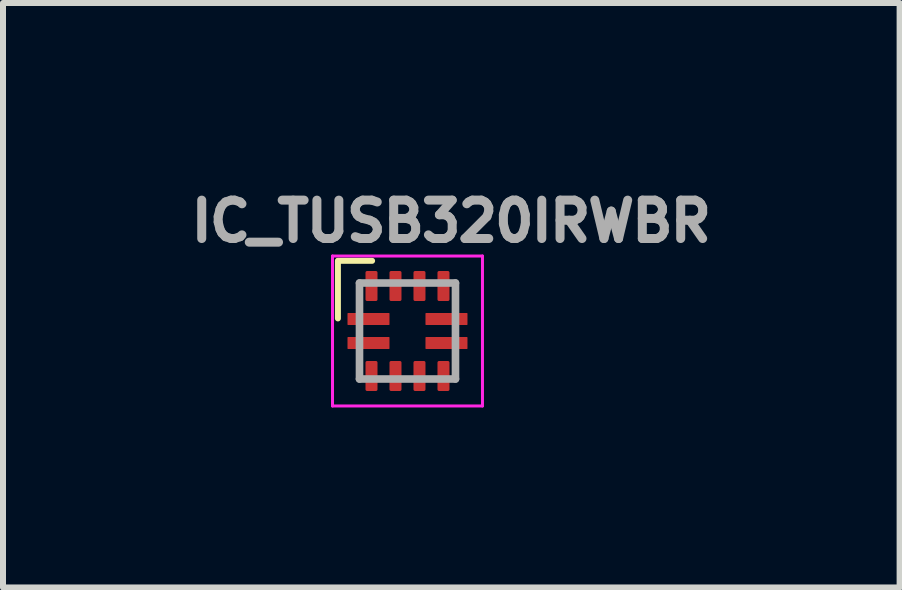
<source format=kicad_pcb>
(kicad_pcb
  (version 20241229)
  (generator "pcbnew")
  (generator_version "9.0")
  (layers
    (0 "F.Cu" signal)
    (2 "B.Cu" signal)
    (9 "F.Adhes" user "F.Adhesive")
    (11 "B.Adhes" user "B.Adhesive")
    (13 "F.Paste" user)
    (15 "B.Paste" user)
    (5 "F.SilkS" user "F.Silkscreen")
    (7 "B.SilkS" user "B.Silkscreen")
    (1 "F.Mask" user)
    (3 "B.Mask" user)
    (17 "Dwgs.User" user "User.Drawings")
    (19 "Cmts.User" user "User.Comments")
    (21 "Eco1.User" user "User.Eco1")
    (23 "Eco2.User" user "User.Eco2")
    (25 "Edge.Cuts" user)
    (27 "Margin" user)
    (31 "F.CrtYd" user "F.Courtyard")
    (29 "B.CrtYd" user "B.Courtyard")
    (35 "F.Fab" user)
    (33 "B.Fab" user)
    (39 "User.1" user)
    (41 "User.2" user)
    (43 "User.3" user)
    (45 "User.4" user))
  (footprint "IC_TUSB320IRWBR"
    (layer "F.Cu")
    (at 3.743 2.468)
    (property "Reference" "IC_TUSB320IRWBR" (at 0.73 -1.83 0) (layer "F.Fab") (effects (font (size 0.64 0.64) (thickness 0.15))))
    (attr smd)
    (fp_poly (pts (xy -0.745 -0.505) (xy -0.745 -0.995) (xy -0.745 -0.998) (xy -0.745 -1) (xy -0.744 -1.003) (xy -0.744 -1.005) (xy -0.743 -1.008) (xy -0.743 -1.01) (xy -0.742 -1.013) (xy -0.741 -1.015) (xy -0.74 -1.018) (xy -0.738 -1.02) (xy -0.737 -1.022) (xy -0.735 -1.024) (xy -0.734 -1.026) (xy -0.732 -1.028) (xy -0.73 -1.03) (xy -0.728 -1.032) (xy -0.726 -1.034) (xy -0.724 -1.035) (xy -0.722 -1.037) (xy -0.72 -1.038) (xy -0.718 -1.04) (xy -0.715 -1.041) (xy -0.713 -1.042) (xy -0.71 -1.043) (xy -0.708 -1.043) (xy -0.705 -1.044) (xy -0.703 -1.044) (xy -0.7 -1.045) (xy -0.698 -1.045) (xy -0.695 -1.045) (xy -0.505 -1.045) (xy -0.502 -1.045) (xy -0.5 -1.045) (xy -0.497 -1.044) (xy -0.495 -1.044) (xy -0.492 -1.043) (xy -0.49 -1.043) (xy -0.487 -1.042) (xy -0.485 -1.041) (xy -0.482 -1.04) (xy -0.48 -1.038) (xy -0.478 -1.037) (xy -0.476 -1.035) (xy -0.474 -1.034) (xy -0.472 -1.032) (xy -0.47 -1.03) (xy -0.468 -1.028) (xy -0.466 -1.026) (xy -0.465 -1.024) (xy -0.463 -1.022) (xy -0.462 -1.02) (xy -0.46 -1.018) (xy -0.459 -1.015) (xy -0.458 -1.013) (xy -0.457 -1.01) (xy -0.457 -1.008) (xy -0.456 -1.005) (xy -0.456 -1.003) (xy -0.455 -1) (xy -0.455 -0.998) (xy -0.455 -0.995) (xy -0.455 -0.505) (xy -0.455 -0.502) (xy -0.455 -0.5) (xy -0.456 -0.497) (xy -0.456 -0.495) (xy -0.457 -0.492) (xy -0.457 -0.49) (xy -0.458 -0.487) (xy -0.459 -0.485) (xy -0.46 -0.482) (xy -0.462 -0.48) (xy -0.463 -0.478) (xy -0.465 -0.476) (xy -0.466 -0.474) (xy -0.468 -0.472) (xy -0.47 -0.47) (xy -0.472 -0.468) (xy -0.474 -0.466) (xy -0.476 -0.465) (xy -0.478 -0.463) (xy -0.48 -0.462) (xy -0.482 -0.46) (xy -0.485 -0.459) (xy -0.487 -0.458) (xy -0.49 -0.457) (xy -0.492 -0.457) (xy -0.495 -0.456) (xy -0.497 -0.456) (xy -0.5 -0.455) (xy -0.502 -0.455) (xy -0.505 -0.455) (xy -0.695 -0.455) (xy -0.698 -0.455) (xy -0.7 -0.455) (xy -0.703 -0.456) (xy -0.705 -0.456) (xy -0.708 -0.457) (xy -0.71 -0.457) (xy -0.713 -0.458) (xy -0.715 -0.459) (xy -0.718 -0.46) (xy -0.72 -0.462) (xy -0.722 -0.463) (xy -0.724 -0.465) (xy -0.726 -0.466) (xy -0.728 -0.468) (xy -0.73 -0.47) (xy -0.732 -0.472) (xy -0.734 -0.474) (xy -0.735 -0.476) (xy -0.737 -0.478) (xy -0.738 -0.48) (xy -0.74 -0.482) (xy -0.741 -0.485) (xy -0.742 -0.487) (xy -0.743 -0.49) (xy -0.743 -0.492) (xy -0.744 -0.495) (xy -0.744 -0.497) (xy -0.745 -0.5) (xy -0.745 -0.502) (xy -0.745 -0.505)) (stroke (width 0.01) (type solid)) (fill yes) (layer "F.Mask"))
    (fp_poly (pts (xy -0.745 0.995) (xy -0.745 0.505) (xy -0.745 0.502) (xy -0.745 0.5) (xy -0.744 0.497) (xy -0.744 0.495) (xy -0.743 0.492) (xy -0.743 0.49) (xy -0.742 0.487) (xy -0.741 0.485) (xy -0.74 0.482) (xy -0.738 0.48) (xy -0.737 0.478) (xy -0.735 0.476) (xy -0.734 0.474) (xy -0.732 0.472) (xy -0.73 0.47) (xy -0.728 0.468) (xy -0.726 0.466) (xy -0.724 0.465) (xy -0.722 0.463) (xy -0.72 0.462) (xy -0.718 0.46) (xy -0.715 0.459) (xy -0.713 0.458) (xy -0.71 0.457) (xy -0.708 0.457) (xy -0.705 0.456) (xy -0.703 0.456) (xy -0.7 0.455) (xy -0.698 0.455) (xy -0.695 0.455) (xy -0.505 0.455) (xy -0.502 0.455) (xy -0.5 0.455) (xy -0.497 0.456) (xy -0.495 0.456) (xy -0.492 0.457) (xy -0.49 0.457) (xy -0.487 0.458) (xy -0.485 0.459) (xy -0.482 0.46) (xy -0.48 0.462) (xy -0.478 0.463) (xy -0.476 0.465) (xy -0.474 0.466) (xy -0.472 0.468) (xy -0.47 0.47) (xy -0.468 0.472) (xy -0.466 0.474) (xy -0.465 0.476) (xy -0.463 0.478) (xy -0.462 0.48) (xy -0.46 0.482) (xy -0.459 0.485) (xy -0.458 0.487) (xy -0.457 0.49) (xy -0.457 0.492) (xy -0.456 0.495) (xy -0.456 0.497) (xy -0.455 0.5) (xy -0.455 0.502) (xy -0.455 0.505) (xy -0.455 0.995) (xy -0.455 0.998) (xy -0.455 1) (xy -0.456 1.003) (xy -0.456 1.005) (xy -0.457 1.008) (xy -0.457 1.01) (xy -0.458 1.013) (xy -0.459 1.015) (xy -0.46 1.018) (xy -0.462 1.02) (xy -0.463 1.022) (xy -0.465 1.024) (xy -0.466 1.026) (xy -0.468 1.028) (xy -0.47 1.03) (xy -0.472 1.032) (xy -0.474 1.034) (xy -0.476 1.035) (xy -0.478 1.037) (xy -0.48 1.038) (xy -0.482 1.04) (xy -0.485 1.041) (xy -0.487 1.042) (xy -0.49 1.043) (xy -0.492 1.043) (xy -0.495 1.044) (xy -0.497 1.044) (xy -0.5 1.045) (xy -0.502 1.045) (xy -0.505 1.045) (xy -0.695 1.045) (xy -0.698 1.045) (xy -0.7 1.045) (xy -0.703 1.044) (xy -0.705 1.044) (xy -0.708 1.043) (xy -0.71 1.043) (xy -0.713 1.042) (xy -0.715 1.041) (xy -0.718 1.04) (xy -0.72 1.038) (xy -0.722 1.037) (xy -0.724 1.035) (xy -0.726 1.034) (xy -0.728 1.032) (xy -0.73 1.03) (xy -0.732 1.028) (xy -0.734 1.026) (xy -0.735 1.024) (xy -0.737 1.022) (xy -0.738 1.02) (xy -0.74 1.018) (xy -0.741 1.015) (xy -0.742 1.013) (xy -0.743 1.01) (xy -0.743 1.008) (xy -0.744 1.005) (xy -0.744 1.003) (xy -0.745 1) (xy -0.745 0.998) (xy -0.745 0.995)) (stroke (width 0.01) (type solid)) (fill yes) (layer "F.Mask"))
    (fp_poly (pts (xy -0.345 -0.505) (xy -0.345 -0.995) (xy -0.345 -0.998) (xy -0.345 -1) (xy -0.344 -1.003) (xy -0.344 -1.005) (xy -0.343 -1.008) (xy -0.343 -1.01) (xy -0.342 -1.013) (xy -0.341 -1.015) (xy -0.34 -1.018) (xy -0.338 -1.02) (xy -0.337 -1.022) (xy -0.335 -1.024) (xy -0.334 -1.026) (xy -0.332 -1.028) (xy -0.33 -1.03) (xy -0.328 -1.032) (xy -0.326 -1.034) (xy -0.324 -1.035) (xy -0.322 -1.037) (xy -0.32 -1.038) (xy -0.318 -1.04) (xy -0.315 -1.041) (xy -0.313 -1.042) (xy -0.31 -1.043) (xy -0.308 -1.043) (xy -0.305 -1.044) (xy -0.303 -1.044) (xy -0.3 -1.045) (xy -0.298 -1.045) (xy -0.295 -1.045) (xy -0.105 -1.045) (xy -0.102 -1.045) (xy -0.1 -1.045) (xy -0.097 -1.044) (xy -0.095 -1.044) (xy -0.092 -1.043) (xy -0.09 -1.043) (xy -0.087 -1.042) (xy -0.085 -1.041) (xy -0.082 -1.04) (xy -0.08 -1.038) (xy -0.078 -1.037) (xy -0.076 -1.035) (xy -0.074 -1.034) (xy -0.072 -1.032) (xy -0.07 -1.03) (xy -0.068 -1.028) (xy -0.066 -1.026) (xy -0.065 -1.024) (xy -0.063 -1.022) (xy -0.062 -1.02) (xy -0.06 -1.018) (xy -0.059 -1.015) (xy -0.058 -1.013) (xy -0.057 -1.01) (xy -0.057 -1.008) (xy -0.056 -1.005) (xy -0.056 -1.003) (xy -0.055 -1) (xy -0.055 -0.998) (xy -0.055 -0.995) (xy -0.055 -0.505) (xy -0.055 -0.502) (xy -0.055 -0.5) (xy -0.056 -0.497) (xy -0.056 -0.495) (xy -0.057 -0.492) (xy -0.057 -0.49) (xy -0.058 -0.487) (xy -0.059 -0.485) (xy -0.06 -0.482) (xy -0.062 -0.48) (xy -0.063 -0.478) (xy -0.065 -0.476) (xy -0.066 -0.474) (xy -0.068 -0.472) (xy -0.07 -0.47) (xy -0.072 -0.468) (xy -0.074 -0.466) (xy -0.076 -0.465) (xy -0.078 -0.463) (xy -0.08 -0.462) (xy -0.082 -0.46) (xy -0.085 -0.459) (xy -0.087 -0.458) (xy -0.09 -0.457) (xy -0.092 -0.457) (xy -0.095 -0.456) (xy -0.097 -0.456) (xy -0.1 -0.455) (xy -0.102 -0.455) (xy -0.105 -0.455) (xy -0.295 -0.455) (xy -0.298 -0.455) (xy -0.3 -0.455) (xy -0.303 -0.456) (xy -0.305 -0.456) (xy -0.308 -0.457) (xy -0.31 -0.457) (xy -0.313 -0.458) (xy -0.315 -0.459) (xy -0.318 -0.46) (xy -0.32 -0.462) (xy -0.322 -0.463) (xy -0.324 -0.465) (xy -0.326 -0.466) (xy -0.328 -0.468) (xy -0.33 -0.47) (xy -0.332 -0.472) (xy -0.334 -0.474) (xy -0.335 -0.476) (xy -0.337 -0.478) (xy -0.338 -0.48) (xy -0.34 -0.482) (xy -0.341 -0.485) (xy -0.342 -0.487) (xy -0.343 -0.49) (xy -0.343 -0.492) (xy -0.344 -0.495) (xy -0.344 -0.497) (xy -0.345 -0.5) (xy -0.345 -0.502) (xy -0.345 -0.505)) (stroke (width 0.01) (type solid)) (fill yes) (layer "F.Mask"))
    (fp_poly (pts (xy -0.345 0.995) (xy -0.345 0.505) (xy -0.345 0.502) (xy -0.345 0.5) (xy -0.344 0.497) (xy -0.344 0.495) (xy -0.343 0.492) (xy -0.343 0.49) (xy -0.342 0.487) (xy -0.341 0.485) (xy -0.34 0.482) (xy -0.338 0.48) (xy -0.337 0.478) (xy -0.335 0.476) (xy -0.334 0.474) (xy -0.332 0.472) (xy -0.33 0.47) (xy -0.328 0.468) (xy -0.326 0.466) (xy -0.324 0.465) (xy -0.322 0.463) (xy -0.32 0.462) (xy -0.318 0.46) (xy -0.315 0.459) (xy -0.313 0.458) (xy -0.31 0.457) (xy -0.308 0.457) (xy -0.305 0.456) (xy -0.303 0.456) (xy -0.3 0.455) (xy -0.298 0.455) (xy -0.295 0.455) (xy -0.105 0.455) (xy -0.102 0.455) (xy -0.1 0.455) (xy -0.097 0.456) (xy -0.095 0.456) (xy -0.092 0.457) (xy -0.09 0.457) (xy -0.087 0.458) (xy -0.085 0.459) (xy -0.082 0.46) (xy -0.08 0.462) (xy -0.078 0.463) (xy -0.076 0.465) (xy -0.074 0.466) (xy -0.072 0.468) (xy -0.07 0.47) (xy -0.068 0.472) (xy -0.066 0.474) (xy -0.065 0.476) (xy -0.063 0.478) (xy -0.062 0.48) (xy -0.06 0.482) (xy -0.059 0.485) (xy -0.058 0.487) (xy -0.057 0.49) (xy -0.057 0.492) (xy -0.056 0.495) (xy -0.056 0.497) (xy -0.055 0.5) (xy -0.055 0.502) (xy -0.055 0.505) (xy -0.055 0.995) (xy -0.055 0.998) (xy -0.055 1) (xy -0.056 1.003) (xy -0.056 1.005) (xy -0.057 1.008) (xy -0.057 1.01) (xy -0.058 1.013) (xy -0.059 1.015) (xy -0.06 1.018) (xy -0.062 1.02) (xy -0.063 1.022) (xy -0.065 1.024) (xy -0.066 1.026) (xy -0.068 1.028) (xy -0.07 1.03) (xy -0.072 1.032) (xy -0.074 1.034) (xy -0.076 1.035) (xy -0.078 1.037) (xy -0.08 1.038) (xy -0.082 1.04) (xy -0.085 1.041) (xy -0.087 1.042) (xy -0.09 1.043) (xy -0.092 1.043) (xy -0.095 1.044) (xy -0.097 1.044) (xy -0.1 1.045) (xy -0.102 1.045) (xy -0.105 1.045) (xy -0.295 1.045) (xy -0.298 1.045) (xy -0.3 1.045) (xy -0.303 1.044) (xy -0.305 1.044) (xy -0.308 1.043) (xy -0.31 1.043) (xy -0.313 1.042) (xy -0.315 1.041) (xy -0.318 1.04) (xy -0.32 1.038) (xy -0.322 1.037) (xy -0.324 1.035) (xy -0.326 1.034) (xy -0.328 1.032) (xy -0.33 1.03) (xy -0.332 1.028) (xy -0.334 1.026) (xy -0.335 1.024) (xy -0.337 1.022) (xy -0.338 1.02) (xy -0.34 1.018) (xy -0.341 1.015) (xy -0.342 1.013) (xy -0.343 1.01) (xy -0.343 1.008) (xy -0.344 1.005) (xy -0.344 1.003) (xy -0.345 1) (xy -0.345 0.998) (xy -0.345 0.995)) (stroke (width 0.01) (type solid)) (fill yes) (layer "F.Mask"))
    (fp_poly (pts (xy -0.305 -0.345) (xy -0.995 -0.345) (xy -0.998 -0.345) (xy -1 -0.345) (xy -1.003 -0.344) (xy -1.005 -0.344) (xy -1.008 -0.343) (xy -1.01 -0.343) (xy -1.013 -0.342) (xy -1.015 -0.341) (xy -1.018 -0.34) (xy -1.02 -0.338) (xy -1.022 -0.337) (xy -1.024 -0.335) (xy -1.026 -0.334) (xy -1.028 -0.332) (xy -1.03 -0.33) (xy -1.032 -0.328) (xy -1.034 -0.326) (xy -1.035 -0.324) (xy -1.037 -0.322) (xy -1.038 -0.32) (xy -1.04 -0.318) (xy -1.041 -0.315) (xy -1.042 -0.313) (xy -1.043 -0.31) (xy -1.043 -0.308) (xy -1.044 -0.305) (xy -1.044 -0.303) (xy -1.045 -0.3) (xy -1.045 -0.298) (xy -1.045 -0.295) (xy -1.045 -0.105) (xy -1.045 -0.102) (xy -1.045 -0.1) (xy -1.044 -0.097) (xy -1.044 -0.095) (xy -1.043 -0.092) (xy -1.043 -0.09) (xy -1.042 -0.087) (xy -1.041 -0.085) (xy -1.04 -0.082) (xy -1.038 -0.08) (xy -1.037 -0.078) (xy -1.035 -0.076) (xy -1.034 -0.074) (xy -1.032 -0.072) (xy -1.03 -0.07) (xy -1.028 -0.068) (xy -1.026 -0.066) (xy -1.024 -0.065) (xy -1.022 -0.063) (xy -1.02 -0.062) (xy -1.018 -0.06) (xy -1.015 -0.059) (xy -1.013 -0.058) (xy -1.01 -0.057) (xy -1.008 -0.057) (xy -1.005 -0.056) (xy -1.003 -0.056) (xy -1 -0.055) (xy -0.998 -0.055) (xy -0.995 -0.055) (xy -0.305 -0.055) (xy -0.302 -0.055) (xy -0.3 -0.055) (xy -0.297 -0.056) (xy -0.295 -0.056) (xy -0.292 -0.057) (xy -0.29 -0.057) (xy -0.287 -0.058) (xy -0.285 -0.059) (xy -0.282 -0.06) (xy -0.28 -0.062) (xy -0.278 -0.063) (xy -0.276 -0.065) (xy -0.274 -0.066) (xy -0.272 -0.068) (xy -0.27 -0.07) (xy -0.268 -0.072) (xy -0.266 -0.074) (xy -0.265 -0.076) (xy -0.263 -0.078) (xy -0.262 -0.08) (xy -0.26 -0.082) (xy -0.259 -0.085) (xy -0.258 -0.087) (xy -0.257 -0.09) (xy -0.257 -0.092) (xy -0.256 -0.095) (xy -0.256 -0.097) (xy -0.255 -0.1) (xy -0.255 -0.102) (xy -0.255 -0.105) (xy -0.255 -0.295) (xy -0.255 -0.298) (xy -0.255 -0.3) (xy -0.256 -0.303) (xy -0.256 -0.305) (xy -0.257 -0.308) (xy -0.257 -0.31) (xy -0.258 -0.313) (xy -0.259 -0.315) (xy -0.26 -0.318) (xy -0.262 -0.32) (xy -0.263 -0.322) (xy -0.265 -0.324) (xy -0.266 -0.326) (xy -0.268 -0.328) (xy -0.27 -0.33) (xy -0.272 -0.332) (xy -0.274 -0.334) (xy -0.276 -0.335) (xy -0.278 -0.337) (xy -0.28 -0.338) (xy -0.282 -0.34) (xy -0.285 -0.341) (xy -0.287 -0.342) (xy -0.29 -0.343) (xy -0.292 -0.343) (xy -0.295 -0.344) (xy -0.297 -0.344) (xy -0.3 -0.345) (xy -0.302 -0.345) (xy -0.305 -0.345)) (stroke (width 0.01) (type solid)) (fill yes) (layer "F.Mask"))
    (fp_poly (pts (xy -0.305 0.055) (xy -0.995 0.055) (xy -0.998 0.055) (xy -1 0.055) (xy -1.003 0.056) (xy -1.005 0.056) (xy -1.008 0.057) (xy -1.01 0.057) (xy -1.013 0.058) (xy -1.015 0.059) (xy -1.018 0.06) (xy -1.02 0.062) (xy -1.022 0.063) (xy -1.024 0.065) (xy -1.026 0.066) (xy -1.028 0.068) (xy -1.03 0.07) (xy -1.032 0.072) (xy -1.034 0.074) (xy -1.035 0.076) (xy -1.037 0.078) (xy -1.038 0.08) (xy -1.04 0.082) (xy -1.041 0.085) (xy -1.042 0.087) (xy -1.043 0.09) (xy -1.043 0.092) (xy -1.044 0.095) (xy -1.044 0.097) (xy -1.045 0.1) (xy -1.045 0.102) (xy -1.045 0.105) (xy -1.045 0.295) (xy -1.045 0.298) (xy -1.045 0.3) (xy -1.044 0.303) (xy -1.044 0.305) (xy -1.043 0.308) (xy -1.043 0.31) (xy -1.042 0.313) (xy -1.041 0.315) (xy -1.04 0.318) (xy -1.038 0.32) (xy -1.037 0.322) (xy -1.035 0.324) (xy -1.034 0.326) (xy -1.032 0.328) (xy -1.03 0.33) (xy -1.028 0.332) (xy -1.026 0.334) (xy -1.024 0.335) (xy -1.022 0.337) (xy -1.02 0.338) (xy -1.018 0.34) (xy -1.015 0.341) (xy -1.013 0.342) (xy -1.01 0.343) (xy -1.008 0.343) (xy -1.005 0.344) (xy -1.003 0.344) (xy -1 0.345) (xy -0.998 0.345) (xy -0.995 0.345) (xy -0.305 0.345) (xy -0.302 0.345) (xy -0.3 0.345) (xy -0.297 0.344) (xy -0.295 0.344) (xy -0.292 0.343) (xy -0.29 0.343) (xy -0.287 0.342) (xy -0.285 0.341) (xy -0.282 0.34) (xy -0.28 0.338) (xy -0.278 0.337) (xy -0.276 0.335) (xy -0.274 0.334) (xy -0.272 0.332) (xy -0.27 0.33) (xy -0.268 0.328) (xy -0.266 0.326) (xy -0.265 0.324) (xy -0.263 0.322) (xy -0.262 0.32) (xy -0.26 0.318) (xy -0.259 0.315) (xy -0.258 0.313) (xy -0.257 0.31) (xy -0.257 0.308) (xy -0.256 0.305) (xy -0.256 0.303) (xy -0.255 0.3) (xy -0.255 0.298) (xy -0.255 0.295) (xy -0.255 0.105) (xy -0.255 0.102) (xy -0.255 0.1) (xy -0.256 0.097) (xy -0.256 0.095) (xy -0.257 0.092) (xy -0.257 0.09) (xy -0.258 0.087) (xy -0.259 0.085) (xy -0.26 0.082) (xy -0.262 0.08) (xy -0.263 0.078) (xy -0.265 0.076) (xy -0.266 0.074) (xy -0.268 0.072) (xy -0.27 0.07) (xy -0.272 0.068) (xy -0.274 0.066) (xy -0.276 0.065) (xy -0.278 0.063) (xy -0.28 0.062) (xy -0.282 0.06) (xy -0.285 0.059) (xy -0.287 0.058) (xy -0.29 0.057) (xy -0.292 0.057) (xy -0.295 0.056) (xy -0.297 0.056) (xy -0.3 0.055) (xy -0.302 0.055) (xy -0.305 0.055)) (stroke (width 0.01) (type solid)) (fill yes) (layer "F.Mask"))
    (fp_poly (pts (xy 0.055 -0.505) (xy 0.055 -0.995) (xy 0.055 -0.998) (xy 0.055 -1) (xy 0.056 -1.003) (xy 0.056 -1.005) (xy 0.057 -1.008) (xy 0.057 -1.01) (xy 0.058 -1.013) (xy 0.059 -1.015) (xy 0.06 -1.018) (xy 0.062 -1.02) (xy 0.063 -1.022) (xy 0.065 -1.024) (xy 0.066 -1.026) (xy 0.068 -1.028) (xy 0.07 -1.03) (xy 0.072 -1.032) (xy 0.074 -1.034) (xy 0.076 -1.035) (xy 0.078 -1.037) (xy 0.08 -1.038) (xy 0.082 -1.04) (xy 0.085 -1.041) (xy 0.087 -1.042) (xy 0.09 -1.043) (xy 0.092 -1.043) (xy 0.095 -1.044) (xy 0.097 -1.044) (xy 0.1 -1.045) (xy 0.102 -1.045) (xy 0.105 -1.045) (xy 0.295 -1.045) (xy 0.298 -1.045) (xy 0.3 -1.045) (xy 0.303 -1.044) (xy 0.305 -1.044) (xy 0.308 -1.043) (xy 0.31 -1.043) (xy 0.313 -1.042) (xy 0.315 -1.041) (xy 0.318 -1.04) (xy 0.32 -1.038) (xy 0.322 -1.037) (xy 0.324 -1.035) (xy 0.326 -1.034) (xy 0.328 -1.032) (xy 0.33 -1.03) (xy 0.332 -1.028) (xy 0.334 -1.026) (xy 0.335 -1.024) (xy 0.337 -1.022) (xy 0.338 -1.02) (xy 0.34 -1.018) (xy 0.341 -1.015) (xy 0.342 -1.013) (xy 0.343 -1.01) (xy 0.343 -1.008) (xy 0.344 -1.005) (xy 0.344 -1.003) (xy 0.345 -1) (xy 0.345 -0.998) (xy 0.345 -0.995) (xy 0.345 -0.505) (xy 0.345 -0.502) (xy 0.345 -0.5) (xy 0.344 -0.497) (xy 0.344 -0.495) (xy 0.343 -0.492) (xy 0.343 -0.49) (xy 0.342 -0.487) (xy 0.341 -0.485) (xy 0.34 -0.482) (xy 0.338 -0.48) (xy 0.337 -0.478) (xy 0.335 -0.476) (xy 0.334 -0.474) (xy 0.332 -0.472) (xy 0.33 -0.47) (xy 0.328 -0.468) (xy 0.326 -0.466) (xy 0.324 -0.465) (xy 0.322 -0.463) (xy 0.32 -0.462) (xy 0.318 -0.46) (xy 0.315 -0.459) (xy 0.313 -0.458) (xy 0.31 -0.457) (xy 0.308 -0.457) (xy 0.305 -0.456) (xy 0.303 -0.456) (xy 0.3 -0.455) (xy 0.298 -0.455) (xy 0.295 -0.455) (xy 0.105 -0.455) (xy 0.102 -0.455) (xy 0.1 -0.455) (xy 0.097 -0.456) (xy 0.095 -0.456) (xy 0.092 -0.457) (xy 0.09 -0.457) (xy 0.087 -0.458) (xy 0.085 -0.459) (xy 0.082 -0.46) (xy 0.08 -0.462) (xy 0.078 -0.463) (xy 0.076 -0.465) (xy 0.074 -0.466) (xy 0.072 -0.468) (xy 0.07 -0.47) (xy 0.068 -0.472) (xy 0.066 -0.474) (xy 0.065 -0.476) (xy 0.063 -0.478) (xy 0.062 -0.48) (xy 0.06 -0.482) (xy 0.059 -0.485) (xy 0.058 -0.487) (xy 0.057 -0.49) (xy 0.057 -0.492) (xy 0.056 -0.495) (xy 0.056 -0.497) (xy 0.055 -0.5) (xy 0.055 -0.502) (xy 0.055 -0.505)) (stroke (width 0.01) (type solid)) (fill yes) (layer "F.Mask"))
    (fp_poly (pts (xy 0.055 0.995) (xy 0.055 0.505) (xy 0.055 0.502) (xy 0.055 0.5) (xy 0.056 0.497) (xy 0.056 0.495) (xy 0.057 0.492) (xy 0.057 0.49) (xy 0.058 0.487) (xy 0.059 0.485) (xy 0.06 0.482) (xy 0.062 0.48) (xy 0.063 0.478) (xy 0.065 0.476) (xy 0.066 0.474) (xy 0.068 0.472) (xy 0.07 0.47) (xy 0.072 0.468) (xy 0.074 0.466) (xy 0.076 0.465) (xy 0.078 0.463) (xy 0.08 0.462) (xy 0.082 0.46) (xy 0.085 0.459) (xy 0.087 0.458) (xy 0.09 0.457) (xy 0.092 0.457) (xy 0.095 0.456) (xy 0.097 0.456) (xy 0.1 0.455) (xy 0.102 0.455) (xy 0.105 0.455) (xy 0.295 0.455) (xy 0.298 0.455) (xy 0.3 0.455) (xy 0.303 0.456) (xy 0.305 0.456) (xy 0.308 0.457) (xy 0.31 0.457) (xy 0.313 0.458) (xy 0.315 0.459) (xy 0.318 0.46) (xy 0.32 0.462) (xy 0.322 0.463) (xy 0.324 0.465) (xy 0.326 0.466) (xy 0.328 0.468) (xy 0.33 0.47) (xy 0.332 0.472) (xy 0.334 0.474) (xy 0.335 0.476) (xy 0.337 0.478) (xy 0.338 0.48) (xy 0.34 0.482) (xy 0.341 0.485) (xy 0.342 0.487) (xy 0.343 0.49) (xy 0.343 0.492) (xy 0.344 0.495) (xy 0.344 0.497) (xy 0.345 0.5) (xy 0.345 0.502) (xy 0.345 0.505) (xy 0.345 0.995) (xy 0.345 0.998) (xy 0.345 1) (xy 0.344 1.003) (xy 0.344 1.005) (xy 0.343 1.008) (xy 0.343 1.01) (xy 0.342 1.013) (xy 0.341 1.015) (xy 0.34 1.018) (xy 0.338 1.02) (xy 0.337 1.022) (xy 0.335 1.024) (xy 0.334 1.026) (xy 0.332 1.028) (xy 0.33 1.03) (xy 0.328 1.032) (xy 0.326 1.034) (xy 0.324 1.035) (xy 0.322 1.037) (xy 0.32 1.038) (xy 0.318 1.04) (xy 0.315 1.041) (xy 0.313 1.042) (xy 0.31 1.043) (xy 0.308 1.043) (xy 0.305 1.044) (xy 0.303 1.044) (xy 0.3 1.045) (xy 0.298 1.045) (xy 0.295 1.045) (xy 0.105 1.045) (xy 0.102 1.045) (xy 0.1 1.045) (xy 0.097 1.044) (xy 0.095 1.044) (xy 0.092 1.043) (xy 0.09 1.043) (xy 0.087 1.042) (xy 0.085 1.041) (xy 0.082 1.04) (xy 0.08 1.038) (xy 0.078 1.037) (xy 0.076 1.035) (xy 0.074 1.034) (xy 0.072 1.032) (xy 0.07 1.03) (xy 0.068 1.028) (xy 0.066 1.026) (xy 0.065 1.024) (xy 0.063 1.022) (xy 0.062 1.02) (xy 0.06 1.018) (xy 0.059 1.015) (xy 0.058 1.013) (xy 0.057 1.01) (xy 0.057 1.008) (xy 0.056 1.005) (xy 0.056 1.003) (xy 0.055 1) (xy 0.055 0.998) (xy 0.055 0.995)) (stroke (width 0.01) (type solid)) (fill yes) (layer "F.Mask"))
    (fp_poly (pts (xy 0.455 -0.505) (xy 0.455 -0.995) (xy 0.455 -0.998) (xy 0.455 -1) (xy 0.456 -1.003) (xy 0.456 -1.005) (xy 0.457 -1.008) (xy 0.457 -1.01) (xy 0.458 -1.013) (xy 0.459 -1.015) (xy 0.46 -1.018) (xy 0.462 -1.02) (xy 0.463 -1.022) (xy 0.465 -1.024) (xy 0.466 -1.026) (xy 0.468 -1.028) (xy 0.47 -1.03) (xy 0.472 -1.032) (xy 0.474 -1.034) (xy 0.476 -1.035) (xy 0.478 -1.037) (xy 0.48 -1.038) (xy 0.482 -1.04) (xy 0.485 -1.041) (xy 0.487 -1.042) (xy 0.49 -1.043) (xy 0.492 -1.043) (xy 0.495 -1.044) (xy 0.497 -1.044) (xy 0.5 -1.045) (xy 0.502 -1.045) (xy 0.505 -1.045) (xy 0.695 -1.045) (xy 0.698 -1.045) (xy 0.7 -1.045) (xy 0.703 -1.044) (xy 0.705 -1.044) (xy 0.708 -1.043) (xy 0.71 -1.043) (xy 0.713 -1.042) (xy 0.715 -1.041) (xy 0.718 -1.04) (xy 0.72 -1.038) (xy 0.722 -1.037) (xy 0.724 -1.035) (xy 0.726 -1.034) (xy 0.728 -1.032) (xy 0.73 -1.03) (xy 0.732 -1.028) (xy 0.734 -1.026) (xy 0.735 -1.024) (xy 0.737 -1.022) (xy 0.738 -1.02) (xy 0.74 -1.018) (xy 0.741 -1.015) (xy 0.742 -1.013) (xy 0.743 -1.01) (xy 0.743 -1.008) (xy 0.744 -1.005) (xy 0.744 -1.003) (xy 0.745 -1) (xy 0.745 -0.998) (xy 0.745 -0.995) (xy 0.745 -0.505) (xy 0.745 -0.502) (xy 0.745 -0.5) (xy 0.744 -0.497) (xy 0.744 -0.495) (xy 0.743 -0.492) (xy 0.743 -0.49) (xy 0.742 -0.487) (xy 0.741 -0.485) (xy 0.74 -0.482) (xy 0.738 -0.48) (xy 0.737 -0.478) (xy 0.735 -0.476) (xy 0.734 -0.474) (xy 0.732 -0.472) (xy 0.73 -0.47) (xy 0.728 -0.468) (xy 0.726 -0.466) (xy 0.724 -0.465) (xy 0.722 -0.463) (xy 0.72 -0.462) (xy 0.718 -0.46) (xy 0.715 -0.459) (xy 0.713 -0.458) (xy 0.71 -0.457) (xy 0.708 -0.457) (xy 0.705 -0.456) (xy 0.703 -0.456) (xy 0.7 -0.455) (xy 0.698 -0.455) (xy 0.695 -0.455) (xy 0.505 -0.455) (xy 0.502 -0.455) (xy 0.5 -0.455) (xy 0.497 -0.456) (xy 0.495 -0.456) (xy 0.492 -0.457) (xy 0.49 -0.457) (xy 0.487 -0.458) (xy 0.485 -0.459) (xy 0.482 -0.46) (xy 0.48 -0.462) (xy 0.478 -0.463) (xy 0.476 -0.465) (xy 0.474 -0.466) (xy 0.472 -0.468) (xy 0.47 -0.47) (xy 0.468 -0.472) (xy 0.466 -0.474) (xy 0.465 -0.476) (xy 0.463 -0.478) (xy 0.462 -0.48) (xy 0.46 -0.482) (xy 0.459 -0.485) (xy 0.458 -0.487) (xy 0.457 -0.49) (xy 0.457 -0.492) (xy 0.456 -0.495) (xy 0.456 -0.497) (xy 0.455 -0.5) (xy 0.455 -0.502) (xy 0.455 -0.505)) (stroke (width 0.01) (type solid)) (fill yes) (layer "F.Mask"))
    (fp_poly (pts (xy 0.455 0.995) (xy 0.455 0.505) (xy 0.455 0.502) (xy 0.455 0.5) (xy 0.456 0.497) (xy 0.456 0.495) (xy 0.457 0.492) (xy 0.457 0.49) (xy 0.458 0.487) (xy 0.459 0.485) (xy 0.46 0.482) (xy 0.462 0.48) (xy 0.463 0.478) (xy 0.465 0.476) (xy 0.466 0.474) (xy 0.468 0.472) (xy 0.47 0.47) (xy 0.472 0.468) (xy 0.474 0.466) (xy 0.476 0.465) (xy 0.478 0.463) (xy 0.48 0.462) (xy 0.482 0.46) (xy 0.485 0.459) (xy 0.487 0.458) (xy 0.49 0.457) (xy 0.492 0.457) (xy 0.495 0.456) (xy 0.497 0.456) (xy 0.5 0.455) (xy 0.502 0.455) (xy 0.505 0.455) (xy 0.695 0.455) (xy 0.698 0.455) (xy 0.7 0.455) (xy 0.703 0.456) (xy 0.705 0.456) (xy 0.708 0.457) (xy 0.71 0.457) (xy 0.713 0.458) (xy 0.715 0.459) (xy 0.718 0.46) (xy 0.72 0.462) (xy 0.722 0.463) (xy 0.724 0.465) (xy 0.726 0.466) (xy 0.728 0.468) (xy 0.73 0.47) (xy 0.732 0.472) (xy 0.734 0.474) (xy 0.735 0.476) (xy 0.737 0.478) (xy 0.738 0.48) (xy 0.74 0.482) (xy 0.741 0.485) (xy 0.742 0.487) (xy 0.743 0.49) (xy 0.743 0.492) (xy 0.744 0.495) (xy 0.744 0.497) (xy 0.745 0.5) (xy 0.745 0.502) (xy 0.745 0.505) (xy 0.745 0.995) (xy 0.745 0.998) (xy 0.745 1) (xy 0.744 1.003) (xy 0.744 1.005) (xy 0.743 1.008) (xy 0.743 1.01) (xy 0.742 1.013) (xy 0.741 1.015) (xy 0.74 1.018) (xy 0.738 1.02) (xy 0.737 1.022) (xy 0.735 1.024) (xy 0.734 1.026) (xy 0.732 1.028) (xy 0.73 1.03) (xy 0.728 1.032) (xy 0.726 1.034) (xy 0.724 1.035) (xy 0.722 1.037) (xy 0.72 1.038) (xy 0.718 1.04) (xy 0.715 1.041) (xy 0.713 1.042) (xy 0.71 1.043) (xy 0.708 1.043) (xy 0.705 1.044) (xy 0.703 1.044) (xy 0.7 1.045) (xy 0.698 1.045) (xy 0.695 1.045) (xy 0.505 1.045) (xy 0.502 1.045) (xy 0.5 1.045) (xy 0.497 1.044) (xy 0.495 1.044) (xy 0.492 1.043) (xy 0.49 1.043) (xy 0.487 1.042) (xy 0.485 1.041) (xy 0.482 1.04) (xy 0.48 1.038) (xy 0.478 1.037) (xy 0.476 1.035) (xy 0.474 1.034) (xy 0.472 1.032) (xy 0.47 1.03) (xy 0.468 1.028) (xy 0.466 1.026) (xy 0.465 1.024) (xy 0.463 1.022) (xy 0.462 1.02) (xy 0.46 1.018) (xy 0.459 1.015) (xy 0.458 1.013) (xy 0.457 1.01) (xy 0.457 1.008) (xy 0.456 1.005) (xy 0.456 1.003) (xy 0.455 1) (xy 0.455 0.998) (xy 0.455 0.995)) (stroke (width 0.01) (type solid)) (fill yes) (layer "F.Mask"))
    (fp_poly (pts (xy 0.995 -0.345) (xy 0.305 -0.345) (xy 0.302 -0.345) (xy 0.3 -0.345) (xy 0.297 -0.344) (xy 0.295 -0.344) (xy 0.292 -0.343) (xy 0.29 -0.343) (xy 0.287 -0.342) (xy 0.285 -0.341) (xy 0.282 -0.34) (xy 0.28 -0.338) (xy 0.278 -0.337) (xy 0.276 -0.335) (xy 0.274 -0.334) (xy 0.272 -0.332) (xy 0.27 -0.33) (xy 0.268 -0.328) (xy 0.266 -0.326) (xy 0.265 -0.324) (xy 0.263 -0.322) (xy 0.262 -0.32) (xy 0.26 -0.318) (xy 0.259 -0.315) (xy 0.258 -0.313) (xy 0.257 -0.31) (xy 0.257 -0.308) (xy 0.256 -0.305) (xy 0.256 -0.303) (xy 0.255 -0.3) (xy 0.255 -0.298) (xy 0.255 -0.295) (xy 0.255 -0.105) (xy 0.255 -0.102) (xy 0.255 -0.1) (xy 0.256 -0.097) (xy 0.256 -0.095) (xy 0.257 -0.092) (xy 0.257 -0.09) (xy 0.258 -0.087) (xy 0.259 -0.085) (xy 0.26 -0.082) (xy 0.262 -0.08) (xy 0.263 -0.078) (xy 0.265 -0.076) (xy 0.266 -0.074) (xy 0.268 -0.072) (xy 0.27 -0.07) (xy 0.272 -0.068) (xy 0.274 -0.066) (xy 0.276 -0.065) (xy 0.278 -0.063) (xy 0.28 -0.062) (xy 0.282 -0.06) (xy 0.285 -0.059) (xy 0.287 -0.058) (xy 0.29 -0.057) (xy 0.292 -0.057) (xy 0.295 -0.056) (xy 0.297 -0.056) (xy 0.3 -0.055) (xy 0.302 -0.055) (xy 0.305 -0.055) (xy 0.995 -0.055) (xy 0.998 -0.055) (xy 1 -0.055) (xy 1.003 -0.056) (xy 1.005 -0.056) (xy 1.008 -0.057) (xy 1.01 -0.057) (xy 1.013 -0.058) (xy 1.015 -0.059) (xy 1.018 -0.06) (xy 1.02 -0.062) (xy 1.022 -0.063) (xy 1.024 -0.065) (xy 1.026 -0.066) (xy 1.028 -0.068) (xy 1.03 -0.07) (xy 1.032 -0.072) (xy 1.034 -0.074) (xy 1.035 -0.076) (xy 1.037 -0.078) (xy 1.038 -0.08) (xy 1.04 -0.082) (xy 1.041 -0.085) (xy 1.042 -0.087) (xy 1.043 -0.09) (xy 1.043 -0.092) (xy 1.044 -0.095) (xy 1.044 -0.097) (xy 1.045 -0.1) (xy 1.045 -0.102) (xy 1.045 -0.105) (xy 1.045 -0.295) (xy 1.045 -0.298) (xy 1.045 -0.3) (xy 1.044 -0.303) (xy 1.044 -0.305) (xy 1.043 -0.308) (xy 1.043 -0.31) (xy 1.042 -0.313) (xy 1.041 -0.315) (xy 1.04 -0.318) (xy 1.038 -0.32) (xy 1.037 -0.322) (xy 1.035 -0.324) (xy 1.034 -0.326) (xy 1.032 -0.328) (xy 1.03 -0.33) (xy 1.028 -0.332) (xy 1.026 -0.334) (xy 1.024 -0.335) (xy 1.022 -0.337) (xy 1.02 -0.338) (xy 1.018 -0.34) (xy 1.015 -0.341) (xy 1.013 -0.342) (xy 1.01 -0.343) (xy 1.008 -0.343) (xy 1.005 -0.344) (xy 1.003 -0.344) (xy 1 -0.345) (xy 0.998 -0.345) (xy 0.995 -0.345)) (stroke (width 0.01) (type solid)) (fill yes) (layer "F.Mask"))
    (fp_poly (pts (xy 0.995 0.055) (xy 0.305 0.055) (xy 0.302 0.055) (xy 0.3 0.055) (xy 0.297 0.056) (xy 0.295 0.056) (xy 0.292 0.057) (xy 0.29 0.057) (xy 0.287 0.058) (xy 0.285 0.059) (xy 0.282 0.06) (xy 0.28 0.062) (xy 0.278 0.063) (xy 0.276 0.065) (xy 0.274 0.066) (xy 0.272 0.068) (xy 0.27 0.07) (xy 0.268 0.072) (xy 0.266 0.074) (xy 0.265 0.076) (xy 0.263 0.078) (xy 0.262 0.08) (xy 0.26 0.082) (xy 0.259 0.085) (xy 0.258 0.087) (xy 0.257 0.09) (xy 0.257 0.092) (xy 0.256 0.095) (xy 0.256 0.097) (xy 0.255 0.1) (xy 0.255 0.102) (xy 0.255 0.105) (xy 0.255 0.295) (xy 0.255 0.298) (xy 0.255 0.3) (xy 0.256 0.303) (xy 0.256 0.305) (xy 0.257 0.308) (xy 0.257 0.31) (xy 0.258 0.313) (xy 0.259 0.315) (xy 0.26 0.318) (xy 0.262 0.32) (xy 0.263 0.322) (xy 0.265 0.324) (xy 0.266 0.326) (xy 0.268 0.328) (xy 0.27 0.33) (xy 0.272 0.332) (xy 0.274 0.334) (xy 0.276 0.335) (xy 0.278 0.337) (xy 0.28 0.338) (xy 0.282 0.34) (xy 0.285 0.341) (xy 0.287 0.342) (xy 0.29 0.343) (xy 0.292 0.343) (xy 0.295 0.344) (xy 0.297 0.344) (xy 0.3 0.345) (xy 0.302 0.345) (xy 0.305 0.345) (xy 0.995 0.345) (xy 0.998 0.345) (xy 1 0.345) (xy 1.003 0.344) (xy 1.005 0.344) (xy 1.008 0.343) (xy 1.01 0.343) (xy 1.013 0.342) (xy 1.015 0.341) (xy 1.018 0.34) (xy 1.02 0.338) (xy 1.022 0.337) (xy 1.024 0.335) (xy 1.026 0.334) (xy 1.028 0.332) (xy 1.03 0.33) (xy 1.032 0.328) (xy 1.034 0.326) (xy 1.035 0.324) (xy 1.037 0.322) (xy 1.038 0.32) (xy 1.04 0.318) (xy 1.041 0.315) (xy 1.042 0.313) (xy 1.043 0.31) (xy 1.043 0.308) (xy 1.044 0.305) (xy 1.044 0.303) (xy 1.045 0.3) (xy 1.045 0.298) (xy 1.045 0.295) (xy 1.045 0.105) (xy 1.045 0.102) (xy 1.045 0.1) (xy 1.044 0.097) (xy 1.044 0.095) (xy 1.043 0.092) (xy 1.043 0.09) (xy 1.042 0.087) (xy 1.041 0.085) (xy 1.04 0.082) (xy 1.038 0.08) (xy 1.037 0.078) (xy 1.035 0.076) (xy 1.034 0.074) (xy 1.032 0.072) (xy 1.03 0.07) (xy 1.028 0.068) (xy 1.026 0.066) (xy 1.024 0.065) (xy 1.022 0.063) (xy 1.02 0.062) (xy 1.018 0.06) (xy 1.015 0.059) (xy 1.013 0.058) (xy 1.01 0.057) (xy 1.008 0.057) (xy 1.005 0.056) (xy 1.003 0.056) (xy 1 0.055) (xy 0.998 0.055) (xy 0.995 0.055)) (stroke (width 0.01) (type solid)) (fill yes) (layer "F.Mask"))
    (fp_line (start -1.16 -0.21) (end -1.16 -1.17) (stroke (width 0.1) (type default)) (layer "F.SilkS"))
    (fp_line (start -1.15 -1.17) (end -0.59 -1.17) (stroke (width 0.1) (type default)) (layer "F.SilkS"))
    (fp_poly (pts (xy -0.315 -0.155) (xy -0.315 -0.245) (xy -0.315 -0.248) (xy -0.316 -0.251) (xy -0.316 -0.253) (xy -0.317 -0.256) (xy -0.318 -0.259) (xy -0.318 -0.261) (xy -0.319 -0.264) (xy -0.321 -0.266) (xy -0.322 -0.269) (xy -0.323 -0.271) (xy -0.325 -0.273) (xy -0.327 -0.276) (xy -0.328 -0.278) (xy -0.33 -0.28) (xy -0.332 -0.282) (xy -0.334 -0.283) (xy -0.337 -0.285) (xy -0.339 -0.287) (xy -0.341 -0.288) (xy -0.344 -0.289) (xy -0.346 -0.291) (xy -0.349 -0.292) (xy -0.351 -0.292) (xy -0.354 -0.293) (xy -0.357 -0.294) (xy -0.359 -0.294) (xy -0.362 -0.295) (xy -0.365 -0.295) (xy -0.368 -0.295) (xy -0.37 -0.295) (xy -0.93 -0.295) (xy -0.932 -0.295) (xy -0.935 -0.295) (xy -0.938 -0.295) (xy -0.941 -0.294) (xy -0.943 -0.294) (xy -0.946 -0.293) (xy -0.949 -0.292) (xy -0.951 -0.292) (xy -0.954 -0.291) (xy -0.956 -0.289) (xy -0.959 -0.288) (xy -0.961 -0.287) (xy -0.963 -0.285) (xy -0.966 -0.283) (xy -0.968 -0.282) (xy -0.97 -0.28) (xy -0.972 -0.278) (xy -0.973 -0.276) (xy -0.975 -0.273) (xy -0.977 -0.271) (xy -0.978 -0.269) (xy -0.979 -0.266) (xy -0.981 -0.264) (xy -0.982 -0.261) (xy -0.982 -0.259) (xy -0.983 -0.256) (xy -0.984 -0.253) (xy -0.984 -0.251) (xy -0.985 -0.248) (xy -0.985 -0.245) (xy -0.985 -0.155) (xy -0.985 -0.152) (xy -0.984 -0.149) (xy -0.984 -0.147) (xy -0.983 -0.144) (xy -0.982 -0.141) (xy -0.982 -0.139) (xy -0.981 -0.136) (xy -0.979 -0.134) (xy -0.978 -0.131) (xy -0.977 -0.129) (xy -0.975 -0.127) (xy -0.973 -0.124) (xy -0.972 -0.122) (xy -0.97 -0.12) (xy -0.968 -0.118) (xy -0.966 -0.117) (xy -0.963 -0.115) (xy -0.961 -0.113) (xy -0.959 -0.112) (xy -0.956 -0.111) (xy -0.954 -0.109) (xy -0.951 -0.108) (xy -0.949 -0.108) (xy -0.946 -0.107) (xy -0.943 -0.106) (xy -0.941 -0.106) (xy -0.938 -0.105) (xy -0.935 -0.105) (xy -0.932 -0.105) (xy -0.93 -0.105) (xy -0.37 -0.105) (xy -0.368 -0.105) (xy -0.365 -0.105) (xy -0.362 -0.105) (xy -0.359 -0.106) (xy -0.357 -0.106) (xy -0.354 -0.107) (xy -0.351 -0.108) (xy -0.349 -0.108) (xy -0.346 -0.109) (xy -0.344 -0.111) (xy -0.341 -0.112) (xy -0.339 -0.113) (xy -0.337 -0.115) (xy -0.334 -0.117) (xy -0.332 -0.118) (xy -0.33 -0.12) (xy -0.328 -0.122) (xy -0.327 -0.124) (xy -0.325 -0.127) (xy -0.323 -0.129) (xy -0.322 -0.131) (xy -0.321 -0.134) (xy -0.319 -0.136) (xy -0.318 -0.139) (xy -0.318 -0.141) (xy -0.317 -0.144) (xy -0.316 -0.147) (xy -0.316 -0.149) (xy -0.315 -0.152) (xy -0.315 -0.155)) (stroke (width 0.01) (type solid)) (fill yes) (layer "F.Paste"))
    (fp_poly (pts (xy -0.315 0.245) (xy -0.315 0.155) (xy -0.315 0.152) (xy -0.316 0.149) (xy -0.316 0.147) (xy -0.317 0.144) (xy -0.318 0.141) (xy -0.318 0.139) (xy -0.319 0.136) (xy -0.321 0.134) (xy -0.322 0.131) (xy -0.323 0.129) (xy -0.325 0.127) (xy -0.327 0.124) (xy -0.328 0.122) (xy -0.33 0.12) (xy -0.332 0.118) (xy -0.334 0.117) (xy -0.337 0.115) (xy -0.339 0.113) (xy -0.341 0.112) (xy -0.344 0.111) (xy -0.346 0.109) (xy -0.349 0.108) (xy -0.351 0.108) (xy -0.354 0.107) (xy -0.357 0.106) (xy -0.359 0.106) (xy -0.362 0.105) (xy -0.365 0.105) (xy -0.368 0.105) (xy -0.37 0.105) (xy -0.93 0.105) (xy -0.932 0.105) (xy -0.935 0.105) (xy -0.938 0.105) (xy -0.941 0.106) (xy -0.943 0.106) (xy -0.946 0.107) (xy -0.949 0.108) (xy -0.951 0.108) (xy -0.954 0.109) (xy -0.956 0.111) (xy -0.959 0.112) (xy -0.961 0.113) (xy -0.963 0.115) (xy -0.966 0.117) (xy -0.968 0.118) (xy -0.97 0.12) (xy -0.972 0.122) (xy -0.973 0.124) (xy -0.975 0.127) (xy -0.977 0.129) (xy -0.978 0.131) (xy -0.979 0.134) (xy -0.981 0.136) (xy -0.982 0.139) (xy -0.982 0.141) (xy -0.983 0.144) (xy -0.984 0.147) (xy -0.984 0.149) (xy -0.985 0.152) (xy -0.985 0.155) (xy -0.985 0.245) (xy -0.985 0.248) (xy -0.984 0.251) (xy -0.984 0.253) (xy -0.983 0.256) (xy -0.982 0.259) (xy -0.982 0.261) (xy -0.981 0.264) (xy -0.979 0.266) (xy -0.978 0.269) (xy -0.977 0.271) (xy -0.975 0.273) (xy -0.973 0.276) (xy -0.972 0.278) (xy -0.97 0.28) (xy -0.968 0.282) (xy -0.966 0.283) (xy -0.963 0.285) (xy -0.961 0.287) (xy -0.959 0.288) (xy -0.956 0.289) (xy -0.954 0.291) (xy -0.951 0.292) (xy -0.949 0.292) (xy -0.946 0.293) (xy -0.943 0.294) (xy -0.941 0.294) (xy -0.938 0.295) (xy -0.935 0.295) (xy -0.932 0.295) (xy -0.93 0.295) (xy -0.37 0.295) (xy -0.368 0.295) (xy -0.365 0.295) (xy -0.362 0.295) (xy -0.359 0.294) (xy -0.357 0.294) (xy -0.354 0.293) (xy -0.351 0.292) (xy -0.349 0.292) (xy -0.346 0.291) (xy -0.344 0.289) (xy -0.341 0.288) (xy -0.339 0.287) (xy -0.337 0.285) (xy -0.334 0.283) (xy -0.332 0.282) (xy -0.33 0.28) (xy -0.328 0.278) (xy -0.327 0.276) (xy -0.325 0.273) (xy -0.323 0.271) (xy -0.322 0.269) (xy -0.321 0.266) (xy -0.319 0.264) (xy -0.318 0.261) (xy -0.318 0.259) (xy -0.317 0.256) (xy -0.316 0.253) (xy -0.316 0.251) (xy -0.315 0.248) (xy -0.315 0.245)) (stroke (width 0.01) (type solid)) (fill yes) (layer "F.Paste"))
    (fp_poly (pts (xy 0.985 -0.155) (xy 0.985 -0.245) (xy 0.985 -0.248) (xy 0.984 -0.251) (xy 0.984 -0.253) (xy 0.983 -0.256) (xy 0.982 -0.259) (xy 0.982 -0.261) (xy 0.981 -0.264) (xy 0.979 -0.266) (xy 0.978 -0.269) (xy 0.977 -0.271) (xy 0.975 -0.273) (xy 0.973 -0.276) (xy 0.972 -0.278) (xy 0.97 -0.28) (xy 0.968 -0.282) (xy 0.966 -0.283) (xy 0.963 -0.285) (xy 0.961 -0.287) (xy 0.959 -0.288) (xy 0.956 -0.289) (xy 0.954 -0.291) (xy 0.951 -0.292) (xy 0.949 -0.292) (xy 0.946 -0.293) (xy 0.943 -0.294) (xy 0.941 -0.294) (xy 0.938 -0.295) (xy 0.935 -0.295) (xy 0.932 -0.295) (xy 0.93 -0.295) (xy 0.37 -0.295) (xy 0.368 -0.295) (xy 0.365 -0.295) (xy 0.362 -0.295) (xy 0.359 -0.294) (xy 0.357 -0.294) (xy 0.354 -0.293) (xy 0.351 -0.292) (xy 0.349 -0.292) (xy 0.346 -0.291) (xy 0.344 -0.289) (xy 0.341 -0.288) (xy 0.339 -0.287) (xy 0.337 -0.285) (xy 0.334 -0.283) (xy 0.332 -0.282) (xy 0.33 -0.28) (xy 0.328 -0.278) (xy 0.327 -0.276) (xy 0.325 -0.273) (xy 0.323 -0.271) (xy 0.322 -0.269) (xy 0.321 -0.266) (xy 0.319 -0.264) (xy 0.318 -0.261) (xy 0.318 -0.259) (xy 0.317 -0.256) (xy 0.316 -0.253) (xy 0.316 -0.251) (xy 0.315 -0.248) (xy 0.315 -0.245) (xy 0.315 -0.155) (xy 0.315 -0.152) (xy 0.316 -0.149) (xy 0.316 -0.147) (xy 0.317 -0.144) (xy 0.318 -0.141) (xy 0.318 -0.139) (xy 0.319 -0.136) (xy 0.321 -0.134) (xy 0.322 -0.131) (xy 0.323 -0.129) (xy 0.325 -0.127) (xy 0.327 -0.124) (xy 0.328 -0.122) (xy 0.33 -0.12) (xy 0.332 -0.118) (xy 0.334 -0.117) (xy 0.337 -0.115) (xy 0.339 -0.113) (xy 0.341 -0.112) (xy 0.344 -0.111) (xy 0.346 -0.109) (xy 0.349 -0.108) (xy 0.351 -0.108) (xy 0.354 -0.107) (xy 0.357 -0.106) (xy 0.359 -0.106) (xy 0.362 -0.105) (xy 0.365 -0.105) (xy 0.368 -0.105) (xy 0.37 -0.105) (xy 0.93 -0.105) (xy 0.932 -0.105) (xy 0.935 -0.105) (xy 0.938 -0.105) (xy 0.941 -0.106) (xy 0.943 -0.106) (xy 0.946 -0.107) (xy 0.949 -0.108) (xy 0.951 -0.108) (xy 0.954 -0.109) (xy 0.956 -0.111) (xy 0.959 -0.112) (xy 0.961 -0.113) (xy 0.963 -0.115) (xy 0.966 -0.117) (xy 0.968 -0.118) (xy 0.97 -0.12) (xy 0.972 -0.122) (xy 0.973 -0.124) (xy 0.975 -0.127) (xy 0.977 -0.129) (xy 0.978 -0.131) (xy 0.979 -0.134) (xy 0.981 -0.136) (xy 0.982 -0.139) (xy 0.982 -0.141) (xy 0.983 -0.144) (xy 0.984 -0.147) (xy 0.984 -0.149) (xy 0.985 -0.152) (xy 0.985 -0.155)) (stroke (width 0.01) (type solid)) (fill yes) (layer "F.Paste"))
    (fp_poly (pts (xy 0.985 0.245) (xy 0.985 0.155) (xy 0.985 0.152) (xy 0.984 0.149) (xy 0.984 0.147) (xy 0.983 0.144) (xy 0.982 0.141) (xy 0.982 0.139) (xy 0.981 0.136) (xy 0.979 0.134) (xy 0.978 0.131) (xy 0.977 0.129) (xy 0.975 0.127) (xy 0.973 0.124) (xy 0.972 0.122) (xy 0.97 0.12) (xy 0.968 0.118) (xy 0.966 0.117) (xy 0.963 0.115) (xy 0.961 0.113) (xy 0.959 0.112) (xy 0.956 0.111) (xy 0.954 0.109) (xy 0.951 0.108) (xy 0.949 0.108) (xy 0.946 0.107) (xy 0.943 0.106) (xy 0.941 0.106) (xy 0.938 0.105) (xy 0.935 0.105) (xy 0.932 0.105) (xy 0.93 0.105) (xy 0.37 0.105) (xy 0.368 0.105) (xy 0.365 0.105) (xy 0.362 0.105) (xy 0.359 0.106) (xy 0.357 0.106) (xy 0.354 0.107) (xy 0.351 0.108) (xy 0.349 0.108) (xy 0.346 0.109) (xy 0.344 0.111) (xy 0.341 0.112) (xy 0.339 0.113) (xy 0.337 0.115) (xy 0.334 0.117) (xy 0.332 0.118) (xy 0.33 0.12) (xy 0.328 0.122) (xy 0.327 0.124) (xy 0.325 0.127) (xy 0.323 0.129) (xy 0.322 0.131) (xy 0.321 0.134) (xy 0.319 0.136) (xy 0.318 0.139) (xy 0.318 0.141) (xy 0.317 0.144) (xy 0.316 0.147) (xy 0.316 0.149) (xy 0.315 0.152) (xy 0.315 0.155) (xy 0.315 0.245) (xy 0.315 0.248) (xy 0.316 0.251) (xy 0.316 0.253) (xy 0.317 0.256) (xy 0.318 0.259) (xy 0.318 0.261) (xy 0.319 0.264) (xy 0.321 0.266) (xy 0.322 0.269) (xy 0.323 0.271) (xy 0.325 0.273) (xy 0.327 0.276) (xy 0.328 0.278) (xy 0.33 0.28) (xy 0.332 0.282) (xy 0.334 0.283) (xy 0.337 0.285) (xy 0.339 0.287) (xy 0.341 0.288) (xy 0.344 0.289) (xy 0.346 0.291) (xy 0.349 0.292) (xy 0.351 0.292) (xy 0.354 0.293) (xy 0.357 0.294) (xy 0.359 0.294) (xy 0.362 0.295) (xy 0.365 0.295) (xy 0.368 0.295) (xy 0.37 0.295) (xy 0.93 0.295) (xy 0.932 0.295) (xy 0.935 0.295) (xy 0.938 0.295) (xy 0.941 0.294) (xy 0.943 0.294) (xy 0.946 0.293) (xy 0.949 0.292) (xy 0.951 0.292) (xy 0.954 0.291) (xy 0.956 0.289) (xy 0.959 0.288) (xy 0.961 0.287) (xy 0.963 0.285) (xy 0.966 0.283) (xy 0.968 0.282) (xy 0.97 0.28) (xy 0.972 0.278) (xy 0.973 0.276) (xy 0.975 0.273) (xy 0.977 0.271) (xy 0.978 0.269) (xy 0.979 0.266) (xy 0.981 0.264) (xy 0.982 0.261) (xy 0.982 0.259) (xy 0.983 0.256) (xy 0.984 0.253) (xy 0.984 0.251) (xy 0.985 0.248) (xy 0.985 0.245)) (stroke (width 0.01) (type solid)) (fill yes) (layer "F.Paste"))
    (fp_line (start -1.25 -1.25) (end 1.25 -1.25) (stroke (width 0.05) (type solid)) (layer "F.CrtYd"))
    (fp_line (start -1.25 1.25) (end -1.25 -1.25) (stroke (width 0.05) (type solid)) (layer "F.CrtYd"))
    (fp_line (start 1.25 -1.25) (end 1.25 1.25) (stroke (width 0.05) (type solid)) (layer "F.CrtYd"))
    (fp_line (start 1.25 1.25) (end -1.25 1.25) (stroke (width 0.05) (type solid)) (layer "F.CrtYd"))
    (fp_line (start -0.8 -0.8) (end 0.8 -0.8) (stroke (width 0.127) (type solid)) (layer "F.Fab"))
    (fp_line (start -0.8 0.8) (end -0.8 -0.8) (stroke (width 0.127) (type solid)) (layer "F.Fab"))
    (fp_line (start 0.8 -0.8) (end 0.8 0.8) (stroke (width 0.127) (type solid)) (layer "F.Fab"))
    (fp_line (start 0.8 0.8) (end -0.8 0.8) (stroke (width 0.127) (type solid)) (layer "F.Fab"))
    (pad "1" smd roundrect (at -0.65 -0.2) (size 0.7 0.2) (layers "F.Cu") (roundrect_rratio 0.05))
    (pad "2" smd roundrect (at -0.65 0.2) (size 0.7 0.2) (layers "F.Cu") (roundrect_rratio 0.05))
    (pad "3" smd roundrect (at -0.6 0.75) (size 0.2 0.5) (layers "F.Cu" "F.Paste") (roundrect_rratio 0.13))
    (pad "4" smd roundrect (at -0.2 0.75) (size 0.2 0.5) (layers "F.Cu" "F.Paste") (roundrect_rratio 0.13))
    (pad "5" smd roundrect (at 0.2 0.75) (size 0.2 0.5) (layers "F.Cu" "F.Paste") (roundrect_rratio 0.13))
    (pad "6" smd roundrect (at 0.6 0.75) (size 0.2 0.5) (layers "F.Cu" "F.Paste") (roundrect_rratio 0.13))
    (pad "7" smd roundrect (at 0.65 0.2) (size 0.7 0.2) (layers "F.Cu") (roundrect_rratio 0.05))
    (pad "8" smd roundrect (at 0.65 -0.2) (size 0.7 0.2) (layers "F.Cu") (roundrect_rratio 0.05))
    (pad "9" smd roundrect (at 0.6 -0.75) (size 0.2 0.5) (layers "F.Cu" "F.Paste") (roundrect_rratio 0.13))
    (pad "10" smd roundrect (at 0.2 -0.75) (size 0.2 0.5) (layers "F.Cu" "F.Paste") (roundrect_rratio 0.13))
    (pad "11" smd roundrect (at -0.2 -0.75) (size 0.2 0.5) (layers "F.Cu" "F.Paste") (roundrect_rratio 0.13))
    (pad "12" smd roundrect (at -0.6 -0.75) (size 0.2 0.5) (layers "F.Cu" "F.Paste") (roundrect_rratio 0.13)))
  (gr_rect
    (start -3 -3)
    (end 11.947 6.743)
    (stroke (width 0.1) (type default))
    (fill no)
    (layer "Edge.Cuts")))
</source>
